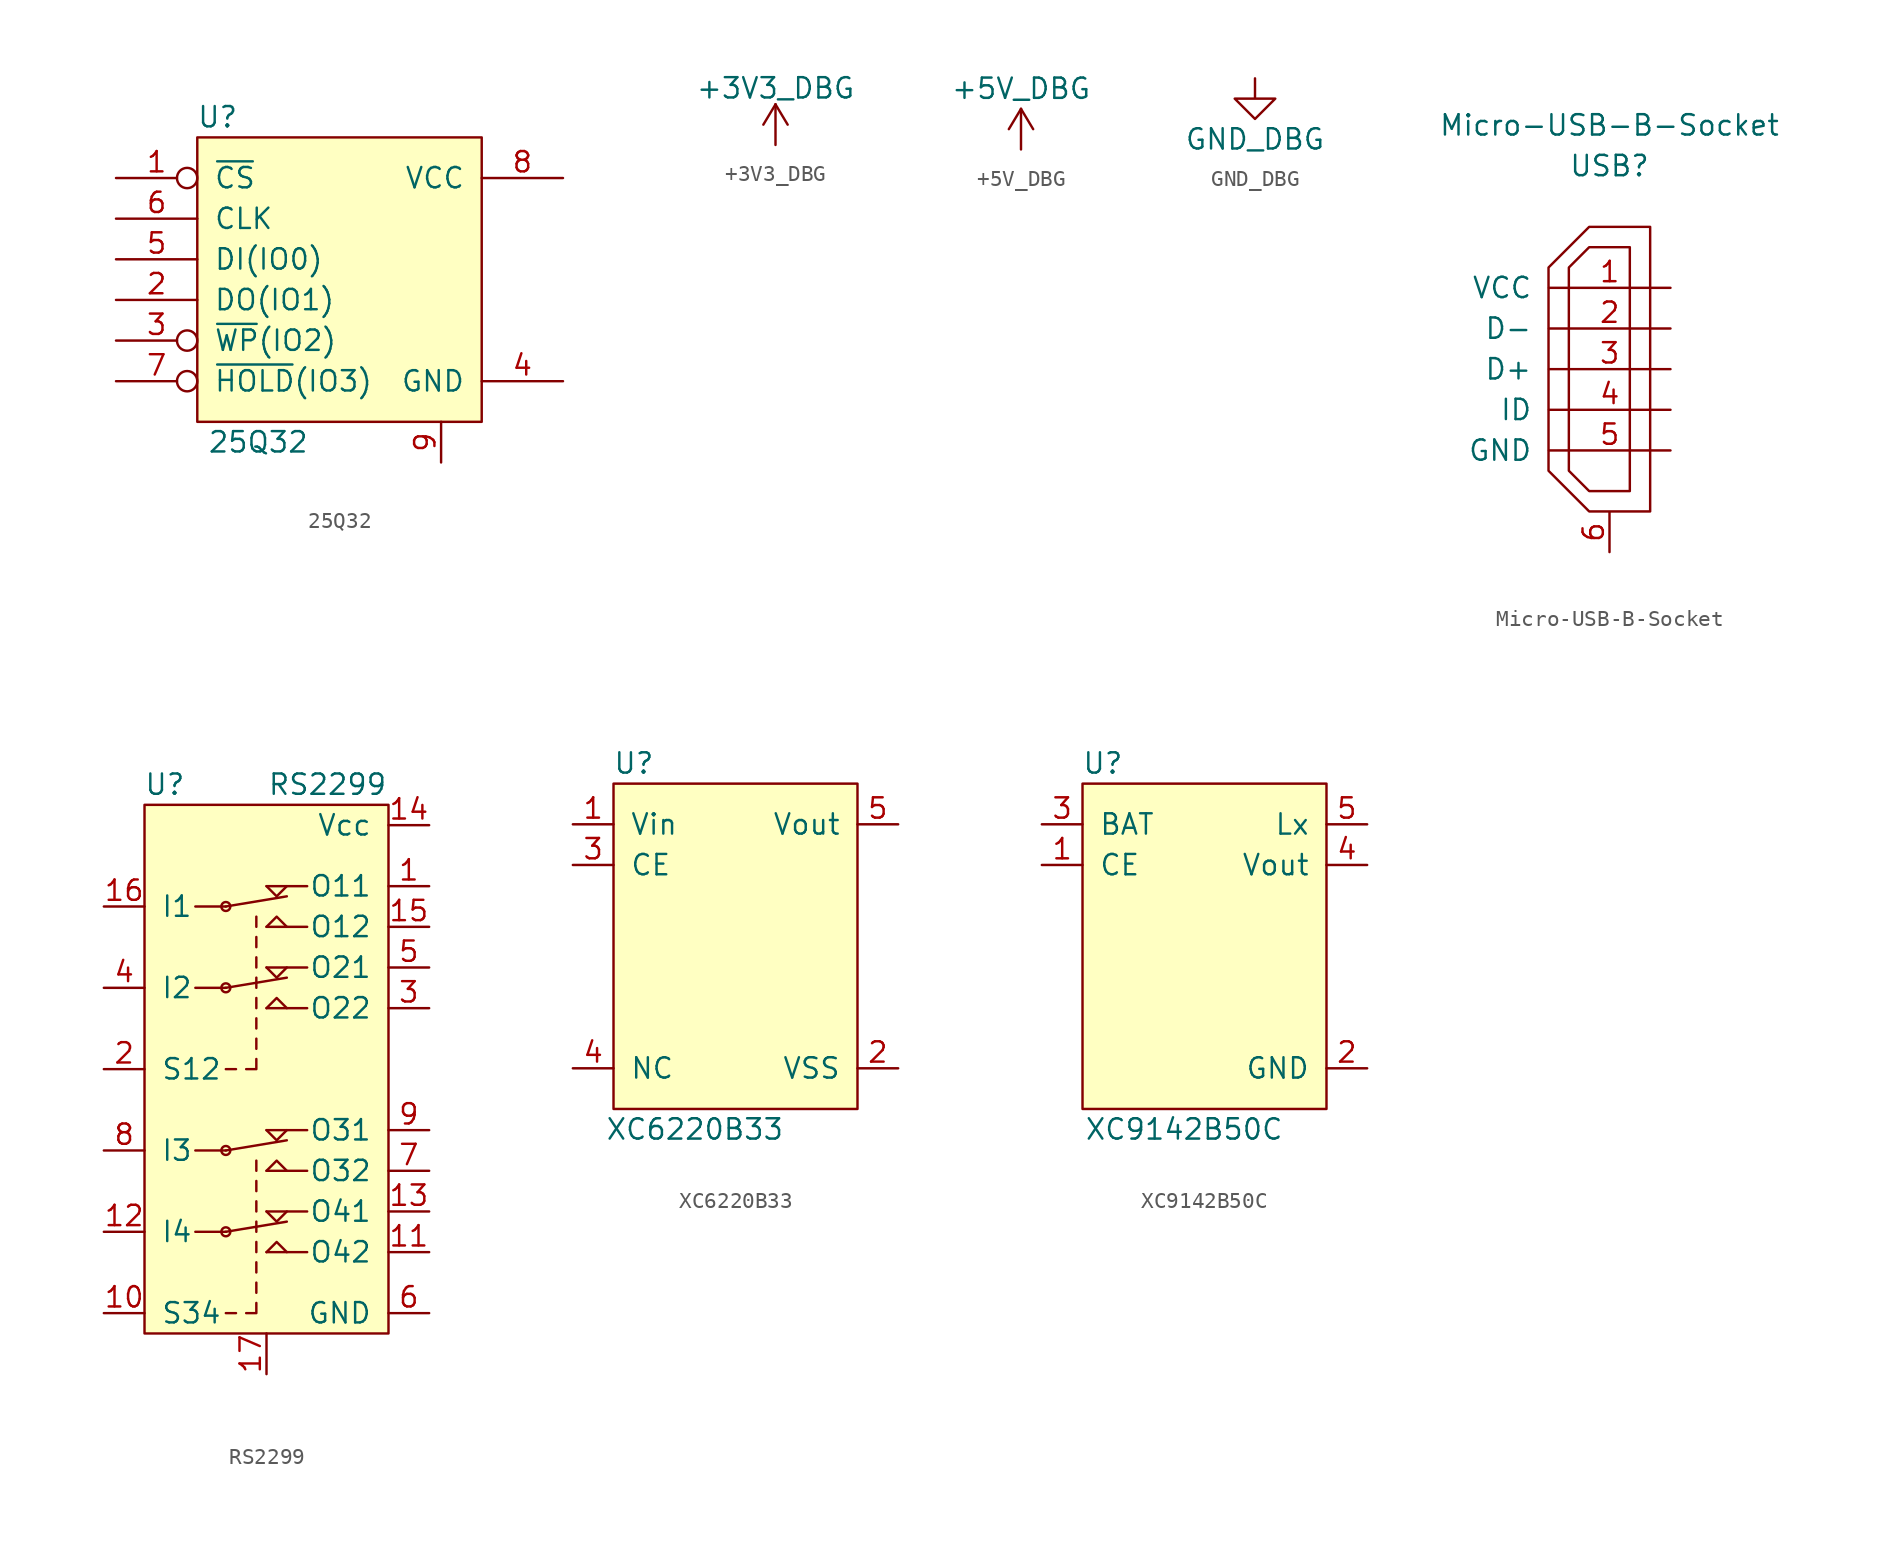
<source format=kicad_sym>
(kicad_symbol_lib
  (version 20231120)
  (generator "kicad_symbol_editor")
  (generator_version "8.0")
  (symbol "25Q32"
    (pin_names
      (offset 1.016))
    (property "Reference" "U"
      (at -7.62 10.16 0)
      (effects (font (size 1.27 1.27))))
    (property "Value" "25Q32"
      (at -5.08 -10.16 0)
      (effects (font (size 1.27 1.27))))
    (property "Footprint" ""
      (at 6.35 -3.81 0)
      (effects (font (size 1.524 1.524))))
    (property "Datasheet" ""
      (at 6.35 -3.81 0)
      (effects (font (size 1.524 1.524))))
    (symbol "25Q32_0_1"
      (rectangle (start -8.89 8.89) (end 8.89 -8.89) (stroke (width 0) (type solid)) (fill (type background))))
    (symbol "25Q32_1_1"
      (pin input inverted (at -13.97 6.35 0) (length 5.08) (name "~{CS}" (effects (font (size 1.27 1.27)))) (number "1" (effects (font (size 1.27 1.27)))))
      (pin output line (at -13.97 -1.27 0) (length 5.08) (name "DO(IO1)" (effects (font (size 1.27 1.27)))) (number "2" (effects (font (size 1.27 1.27)))))
      (pin input inverted (at -13.97 -3.81 0) (length 5.08) (name "~{WP}(IO2)" (effects (font (size 1.27 1.27)))) (number "3" (effects (font (size 1.27 1.27)))))
      (pin power_in line (at 13.97 -6.35 180) (length 5.08) (name "GND" (effects (font (size 1.27 1.27)))) (number "4" (effects (font (size 1.27 1.27)))))
      (pin input line (at -13.97 1.27 0) (length 5.08) (name "DI(IO0)" (effects (font (size 1.27 1.27)))) (number "5" (effects (font (size 1.27 1.27)))))
      (pin input line (at -13.97 3.81 0) (length 5.08) (name "CLK" (effects (font (size 1.27 1.27)))) (number "6" (effects (font (size 1.27 1.27)))))
      (pin input inverted (at -13.97 -6.35 0) (length 5.08) (name "~{HOLD}(IO3)" (effects (font (size 1.27 1.27)))) (number "7" (effects (font (size 1.27 1.27)))))
      (pin power_in line (at 13.97 6.35 180) (length 5.08) (name "VCC" (effects (font (size 1.27 1.27)))) (number "8" (effects (font (size 1.27 1.27)))))
      (pin passive line (at 6.35 -11.43 90) (length 2.54) (name "~" (effects (font (size 1.27 1.27)))) (number "9" (effects (font (size 1.27 1.27)))))))
  (symbol "+3V3_DBG"
    (power)
    (pin_names
      (offset 0))
    (property "Reference" "#PWR"
      (at 0 -3.81 0)
      (effects (font (size 1.27 1.27)) (hide yes)))
    (property "Value" "+3V3_DBG"
      (at 0 3.556 0)
      (effects (font (size 1.27 1.27))))
    (symbol "+3V3_DBG_0_1"
      (polyline (pts (xy -0.762 1.27) (xy 0 2.54)) (stroke (width 0) (type solid)) (fill (type none)))
      (polyline (pts (xy 0 0) (xy 0 2.54)) (stroke (width 0) (type solid)) (fill (type none)))
      (polyline (pts (xy 0 2.54) (xy 0.762 1.27)) (stroke (width 0) (type solid)) (fill (type none))))
    (symbol "+3V3_DBG_1_1"
      (pin power_in line (at 0 0 90) (length 0) hide (name "+3V3_DBG" (effects (font (size 1.27 1.27)))) (number "1" (effects (font (size 1.27 1.27)))))))
  (symbol "+5V_DBG"
    (power)
    (pin_names
      (offset 0))
    (property "Reference" "#PWR"
      (at 0 -2.54 0)
      (effects (font (size 1.27 1.27)) (hide yes)))
    (property "Value" "+5V_DBG"
      (at 0 3.81 0)
      (effects (font (size 1.27 1.27))))
    (symbol "+5V_DBG_0_1"
      (polyline (pts (xy -0.762 1.27) (xy 0 2.54)) (stroke (width 0) (type solid)) (fill (type none)))
      (polyline (pts (xy 0 0) (xy 0 2.54)) (stroke (width 0) (type solid)) (fill (type none)))
      (polyline (pts (xy 0 2.54) (xy 0.762 1.27)) (stroke (width 0) (type solid)) (fill (type none))))
    (symbol "+5V_DBG_1_1"
      (pin power_in line (at 0 0 90) (length 0) hide (name "+5V_DBG" (effects (font (size 1.27 1.27)))) (number "1" (effects (font (size 1.27 1.27)))))))
  (symbol "GND_DBG"
    (power)
    (pin_names
      (offset 0))
    (property "Reference" "#PWR"
      (at 0 -6.35 0)
      (effects (font (size 1.27 1.27)) (hide yes)))
    (property "Value" "GND_DBG"
      (at 0 -3.81 0)
      (effects (font (size 1.27 1.27))))
    (symbol "GND_DBG_0_1"
      (polyline (pts (xy 0 0) (xy 0 -1.27) (xy 1.27 -1.27) (xy 0 -2.54) (xy -1.27 -1.27) (xy 0 -1.27)) (stroke (width 0) (type solid)) (fill (type none))))
    (symbol "GND_DBG_1_1"
      (pin power_in line (at 0 0 270) (length 0) hide (name "GND_DBG" (effects (font (size 1.016 1.016)))) (number "1" (effects (font (size 1.016 1.016)))))))
  (symbol "Micro-USB-B-Socket"
    (pin_names
      (offset 1.016))
    (property "Reference" "USB"
      (at -1.27 12.7 0)
      (effects (font (size 1.27 1.27))))
    (property "Value" "Micro-USB-B-Socket"
      (at -1.27 15.24 0)
      (effects (font (size 1.27 1.27))))
    (symbol "Micro-USB-B-Socket_0_1"
      (polyline (pts (xy -3.81 -6.35) (xy -2.54 -7.62) (xy 0 -7.62) (xy 0 7.62) (xy -2.54 7.62) (xy -3.81 6.35) (xy -3.81 -6.35)) (stroke (width 0) (type solid)) (fill (type none)))
      (polyline (pts (xy 1.27 8.89) (xy 1.27 -8.89) (xy -2.54 -8.89) (xy -5.08 -6.35) (xy -5.08 6.35) (xy -2.54 8.89) (xy 1.27 8.89)) (stroke (width 0) (type solid)) (fill (type none))))
    (symbol "Micro-USB-B-Socket_1_1"
      (pin power_out line (at 2.54 5.08 180) (length 7.595) (name "VCC" (effects (font (size 1.27 1.27)))) (number "1" (effects (font (size 1.27 1.27)))))
      (pin bidirectional line (at 2.54 2.54 180) (length 7.595) (name "D-" (effects (font (size 1.27 1.27)))) (number "2" (effects (font (size 1.27 1.27)))))
      (pin bidirectional line (at 2.54 0 180) (length 7.595) (name "D+" (effects (font (size 1.27 1.27)))) (number "3" (effects (font (size 1.27 1.27)))))
      (pin bidirectional line (at 2.54 -2.54 180) (length 7.595) (name "ID" (effects (font (size 1.27 1.27)))) (number "4" (effects (font (size 1.27 1.27)))))
      (pin power_out line (at 2.54 -5.08 180) (length 7.595) (name "GND" (effects (font (size 1.27 1.27)))) (number "5" (effects (font (size 1.27 1.27)))))
      (pin passive line (at -1.27 -11.43 90) (length 2.489) (name "~" (effects (font (size 1.27 1.27)))) (number "6" (effects (font (size 1.27 1.27)))))))
  (symbol "RS2299"
    (pin_names
      (offset 1.016))
    (property "Reference" "U"
      (at -6.35 17.78 0)
      (effects (font (size 1.27 1.27))))
    (property "Value" "RS2299"
      (at 3.81 17.78 0)
      (effects (font (size 1.27 1.27))))
    (symbol "RS2299_0_1"
      (polyline (pts (xy -2.54 -15.24) (xy -1.905 -15.24)) (stroke (width 0) (type solid)) (fill (type none)))
      (polyline (pts (xy -2.54 -10.16) (xy 1.27 -9.525)) (stroke (width 0) (type solid)) (fill (type none)))
      (polyline (pts (xy -2.54 -5.08) (xy 1.27 -4.445)) (stroke (width 0) (type solid)) (fill (type none)))
      (polyline (pts (xy -2.54 0) (xy -1.905 0)) (stroke (width 0) (type solid)) (fill (type none)))
      (polyline (pts (xy -2.54 5.08) (xy -4.445 5.08)) (stroke (width 0) (type solid)) (fill (type none)))
      (polyline (pts (xy -2.54 5.08) (xy 1.27 5.715)) (stroke (width 0) (type solid)) (fill (type none)))
      (polyline (pts (xy -2.54 10.16) (xy -4.445 10.16)) (stroke (width 0) (type solid)) (fill (type none)))
      (polyline (pts (xy -2.54 10.16) (xy 1.27 10.795)) (stroke (width 0) (type solid)) (fill (type none)))
      (polyline (pts (xy -0.635 -13.97) (xy -0.635 -13.335)) (stroke (width 0) (type solid)) (fill (type none)))
      (polyline (pts (xy -0.635 -12.7) (xy -0.635 -12.065)) (stroke (width 0) (type solid)) (fill (type none)))
      (polyline (pts (xy -0.635 -11.43) (xy -0.635 -10.795)) (stroke (width 0) (type solid)) (fill (type none)))
      (polyline (pts (xy -0.635 -10.16) (xy -0.635 -9.525)) (stroke (width 0) (type solid)) (fill (type none)))
      (polyline (pts (xy -0.635 -8.89) (xy -0.635 -8.255)) (stroke (width 0) (type solid)) (fill (type none)))
      (polyline (pts (xy -0.635 -7.62) (xy -0.635 -6.985)) (stroke (width 0) (type solid)) (fill (type none)))
      (polyline (pts (xy -0.635 -6.35) (xy -0.635 -5.715)) (stroke (width 0) (type solid)) (fill (type none)))
      (polyline (pts (xy -0.635 1.27) (xy -0.635 1.905)) (stroke (width 0) (type solid)) (fill (type none)))
      (polyline (pts (xy -0.635 2.54) (xy -0.635 3.175)) (stroke (width 0) (type solid)) (fill (type none)))
      (polyline (pts (xy -0.635 3.81) (xy -0.635 4.445)) (stroke (width 0) (type solid)) (fill (type none)))
      (polyline (pts (xy -0.635 5.08) (xy -0.635 5.715)) (stroke (width 0) (type solid)) (fill (type none)))
      (polyline (pts (xy -0.635 6.35) (xy -0.635 6.985)) (stroke (width 0) (type solid)) (fill (type none)))
      (polyline (pts (xy -0.635 7.62) (xy -0.635 8.255)) (stroke (width 0) (type solid)) (fill (type none)))
      (polyline (pts (xy -0.635 8.89) (xy -0.635 9.525)) (stroke (width 0) (type solid)) (fill (type none)))
      (polyline (pts (xy -1.27 -15.24) (xy -0.635 -15.24) (xy -0.635 -14.605)) (stroke (width 0) (type solid)) (fill (type none)))
      (polyline (pts (xy -1.27 0) (xy -0.635 0) (xy -0.635 0.635)) (stroke (width 0) (type solid)) (fill (type none))))
    (symbol "RS2299_1_1"
      (circle (center -2.54 -10.16) (radius 0.279) (stroke (width 0) (type solid)) (fill (type none)))
      (circle (center -2.54 -5.08) (radius 0.279) (stroke (width 0) (type solid)) (fill (type none)))
      (circle (center -2.54 5.08) (radius 0.279) (stroke (width 0) (type solid)) (fill (type none)))
      (circle (center -2.54 10.16) (radius 0.279) (stroke (width 0) (type solid)) (fill (type none)))
      (polyline (pts (xy -2.54 -10.16) (xy -4.445 -10.16)) (stroke (width 0) (type solid)) (fill (type none)))
      (polyline (pts (xy -2.54 -5.08) (xy -4.445 -5.08)) (stroke (width 0) (type solid)) (fill (type none)))
      (polyline (pts (xy 2.54 -11.43) (xy 0 -11.43)) (stroke (width 0) (type solid)) (fill (type none)))
      (polyline (pts (xy 2.54 -8.89) (xy 0 -8.89)) (stroke (width 0) (type solid)) (fill (type none)))
      (polyline (pts (xy 2.54 -6.35) (xy 0 -6.35)) (stroke (width 0) (type solid)) (fill (type none)))
      (polyline (pts (xy 2.54 -3.81) (xy 0 -3.81)) (stroke (width 0) (type solid)) (fill (type none)))
      (polyline (pts (xy 2.54 3.81) (xy 0 3.81)) (stroke (width 0) (type solid)) (fill (type none)))
      (polyline (pts (xy 2.54 6.35) (xy 0 6.35)) (stroke (width 0) (type solid)) (fill (type none)))
      (polyline (pts (xy 2.54 8.89) (xy 0 8.89)) (stroke (width 0) (type solid)) (fill (type none)))
      (polyline (pts (xy 2.54 11.43) (xy 0 11.43)) (stroke (width 0) (type solid)) (fill (type none)))
      (polyline (pts (xy 0 -11.43) (xy 0.635 -10.795) (xy 1.27 -11.43)) (stroke (width 0) (type solid)) (fill (type none)))
      (polyline (pts (xy 0 -8.89) (xy 0.635 -9.525) (xy 1.27 -8.89)) (stroke (width 0) (type solid)) (fill (type none)))
      (polyline (pts (xy 0 -6.35) (xy 0.635 -5.715) (xy 1.27 -6.35)) (stroke (width 0) (type solid)) (fill (type none)))
      (polyline (pts (xy 0 -3.81) (xy 0.635 -4.445) (xy 1.27 -3.81)) (stroke (width 0) (type solid)) (fill (type none)))
      (polyline (pts (xy 0 3.81) (xy 0.635 4.445) (xy 1.27 3.81)) (stroke (width 0) (type solid)) (fill (type none)))
      (polyline (pts (xy 0 6.35) (xy 0.635 5.715) (xy 1.27 6.35)) (stroke (width 0) (type solid)) (fill (type none)))
      (polyline (pts (xy 0 8.89) (xy 0.635 9.525) (xy 1.27 8.89)) (stroke (width 0) (type solid)) (fill (type none)))
      (polyline (pts (xy 0 11.43) (xy 0.635 10.795) (xy 1.27 11.43)) (stroke (width 0) (type solid)) (fill (type none)))
      (rectangle (start 7.62 16.51) (end -7.62 -16.51) (stroke (width 0) (type solid)) (fill (type background)))
      (pin bidirectional line (at 10.16 11.43 180) (length 2.54) (name "O11" (effects (font (size 1.27 1.27)))) (number "1" (effects (font (size 1.27 1.27)))))
      (pin input line (at -10.16 -15.24 0) (length 2.54) (name "S34" (effects (font (size 1.27 1.27)))) (number "10" (effects (font (size 1.27 1.27)))))
      (pin bidirectional line (at 10.16 -11.43 180) (length 2.54) (name "O42" (effects (font (size 1.27 1.27)))) (number "11" (effects (font (size 1.27 1.27)))))
      (pin bidirectional line (at -10.16 -10.16 0) (length 2.54) (name "I4" (effects (font (size 1.27 1.27)))) (number "12" (effects (font (size 1.27 1.27)))))
      (pin bidirectional line (at 10.16 -8.89 180) (length 2.54) (name "O41" (effects (font (size 1.27 1.27)))) (number "13" (effects (font (size 1.27 1.27)))))
      (pin power_in line (at 10.16 15.24 180) (length 2.54) (name "Vcc" (effects (font (size 1.27 1.27)))) (number "14" (effects (font (size 1.27 1.27)))))
      (pin bidirectional line (at 10.16 8.89 180) (length 2.54) (name "O12" (effects (font (size 1.27 1.27)))) (number "15" (effects (font (size 1.27 1.27)))))
      (pin bidirectional line (at -10.16 10.16 0) (length 2.54) (name "I1" (effects (font (size 1.27 1.27)))) (number "16" (effects (font (size 1.27 1.27)))))
      (pin passive line (at 0 -19.05 90) (length 2.54) (name "~" (effects (font (size 1.27 1.27)))) (number "17" (effects (font (size 1.27 1.27)))))
      (pin input line (at -10.16 0 0) (length 2.54) (name "S12" (effects (font (size 1.27 1.27)))) (number "2" (effects (font (size 1.27 1.27)))))
      (pin bidirectional line (at 10.16 3.81 180) (length 2.54) (name "O22" (effects (font (size 1.27 1.27)))) (number "3" (effects (font (size 1.27 1.27)))))
      (pin bidirectional line (at -10.16 5.08 0) (length 2.54) (name "I2" (effects (font (size 1.27 1.27)))) (number "4" (effects (font (size 1.27 1.27)))))
      (pin bidirectional line (at 10.16 6.35 180) (length 2.54) (name "O21" (effects (font (size 1.27 1.27)))) (number "5" (effects (font (size 1.27 1.27)))))
      (pin power_in line (at 10.16 -15.24 180) (length 2.54) (name "GND" (effects (font (size 1.27 1.27)))) (number "6" (effects (font (size 1.27 1.27)))))
      (pin bidirectional line (at 10.16 -6.35 180) (length 2.54) (name "O32" (effects (font (size 1.27 1.27)))) (number "7" (effects (font (size 1.27 1.27)))))
      (pin bidirectional line (at -10.16 -5.08 0) (length 2.54) (name "I3" (effects (font (size 1.27 1.27)))) (number "8" (effects (font (size 1.27 1.27)))))
      (pin bidirectional line (at 10.16 -3.81 180) (length 2.54) (name "O31" (effects (font (size 1.27 1.27)))) (number "9" (effects (font (size 1.27 1.27)))))))
  (symbol "XC6220B33"
    (pin_names
      (offset 1.016))
    (property "Reference" "U"
      (at -6.35 11.43 0)
      (effects (font (size 1.27 1.27))))
    (property "Value" "XC6220B33"
      (at -2.54 -11.43 0)
      (effects (font (size 1.27 1.27))))
    (symbol "XC6220B33_0_1"
      (rectangle (start -7.62 -10.16) (end 7.62 10.16) (stroke (width 0) (type solid)) (fill (type background))))
    (symbol "XC6220B33_1_1"
      (pin power_in line (at -10.16 7.62 0) (length 2.54) (name "Vin" (effects (font (size 1.27 1.27)))) (number "1" (effects (font (size 1.27 1.27)))))
      (pin power_in line (at 10.16 -7.62 180) (length 2.54) (name "VSS" (effects (font (size 1.27 1.27)))) (number "2" (effects (font (size 1.27 1.27)))))
      (pin input line (at -10.16 5.08 0) (length 2.54) (name "CE" (effects (font (size 1.27 1.27)))) (number "3" (effects (font (size 1.27 1.27)))))
      (pin passive line (at -10.16 -7.62 0) (length 2.54) (name "NC" (effects (font (size 1.27 1.27)))) (number "4" (effects (font (size 1.27 1.27)))))
      (pin power_out line (at 10.16 7.62 180) (length 2.54) (name "Vout" (effects (font (size 1.27 1.27)))) (number "5" (effects (font (size 1.27 1.27)))))))
  (symbol "XC9142B50C"
    (pin_names
      (offset 1.016))
    (property "Reference" "U"
      (at -6.35 11.43 0)
      (effects (font (size 1.27 1.27))))
    (property "Value" "XC9142B50C"
      (at -1.27 -11.43 0)
      (effects (font (size 1.27 1.27))))
    (symbol "XC9142B50C_0_1"
      (rectangle (start -7.62 -10.16) (end 7.62 10.16) (stroke (width 0) (type solid)) (fill (type background))))
    (symbol "XC9142B50C_1_1"
      (pin input line (at -10.16 5.08 0) (length 2.54) (name "CE" (effects (font (size 1.27 1.27)))) (number "1" (effects (font (size 1.27 1.27)))))
      (pin power_in line (at 10.16 -7.62 180) (length 2.54) (name "GND" (effects (font (size 1.27 1.27)))) (number "2" (effects (font (size 1.27 1.27)))))
      (pin power_in line (at -10.16 7.62 0) (length 2.54) (name "BAT" (effects (font (size 1.27 1.27)))) (number "3" (effects (font (size 1.27 1.27)))))
      (pin power_out line (at 10.16 5.08 180) (length 2.54) (name "Vout" (effects (font (size 1.27 1.27)))) (number "4" (effects (font (size 1.27 1.27)))))
      (pin passive line (at 10.16 7.62 180) (length 2.54) (name "Lx" (effects (font (size 1.27 1.27)))) (number "5" (effects (font (size 1.27 1.27))))))))
</source>
